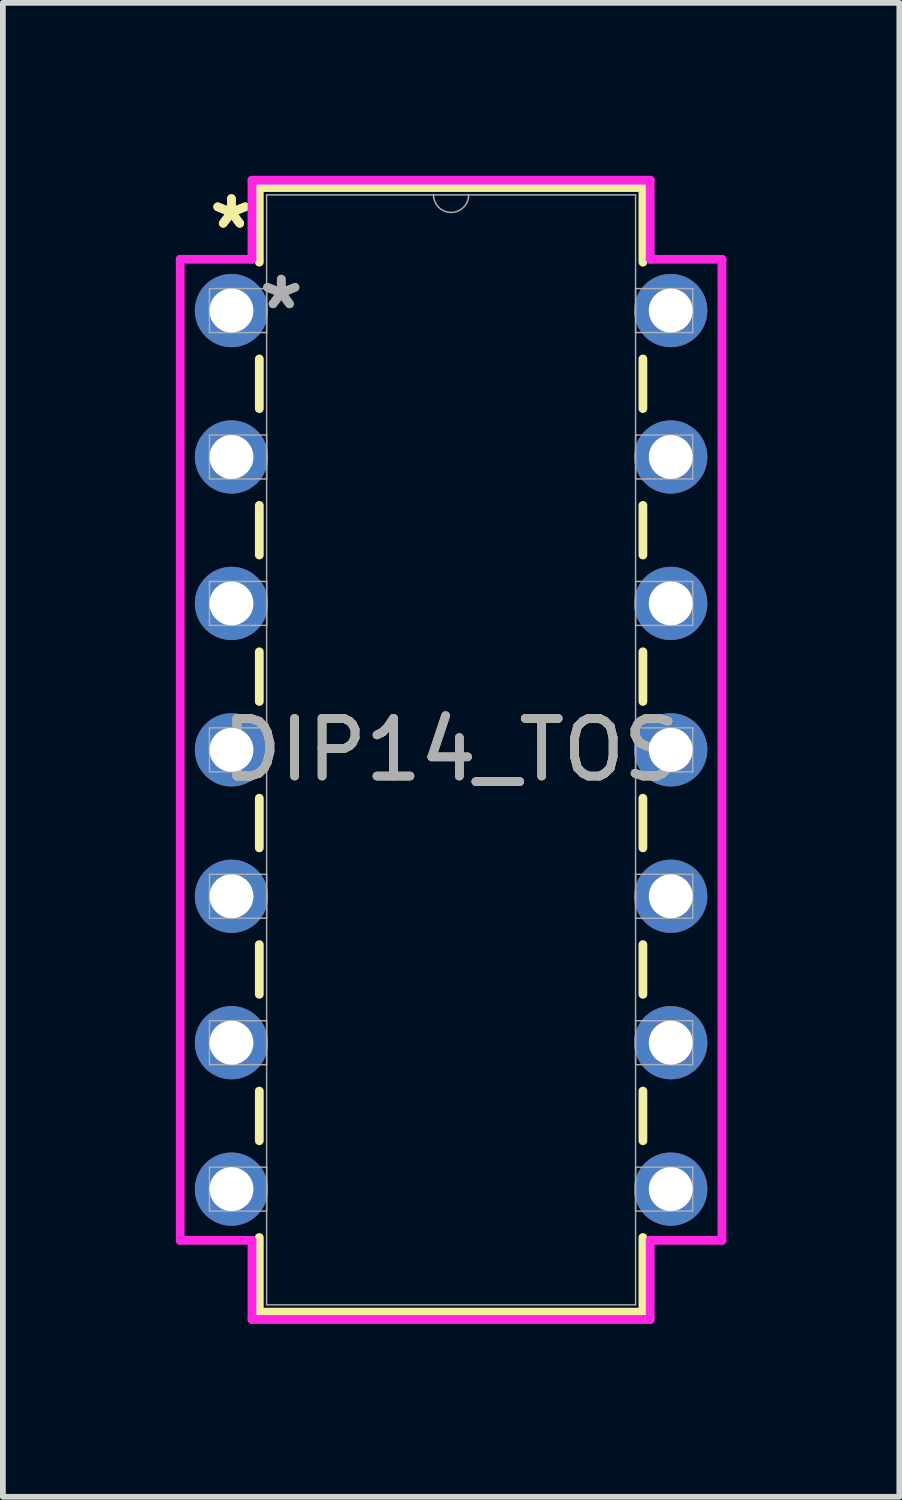
<source format=kicad_pcb>
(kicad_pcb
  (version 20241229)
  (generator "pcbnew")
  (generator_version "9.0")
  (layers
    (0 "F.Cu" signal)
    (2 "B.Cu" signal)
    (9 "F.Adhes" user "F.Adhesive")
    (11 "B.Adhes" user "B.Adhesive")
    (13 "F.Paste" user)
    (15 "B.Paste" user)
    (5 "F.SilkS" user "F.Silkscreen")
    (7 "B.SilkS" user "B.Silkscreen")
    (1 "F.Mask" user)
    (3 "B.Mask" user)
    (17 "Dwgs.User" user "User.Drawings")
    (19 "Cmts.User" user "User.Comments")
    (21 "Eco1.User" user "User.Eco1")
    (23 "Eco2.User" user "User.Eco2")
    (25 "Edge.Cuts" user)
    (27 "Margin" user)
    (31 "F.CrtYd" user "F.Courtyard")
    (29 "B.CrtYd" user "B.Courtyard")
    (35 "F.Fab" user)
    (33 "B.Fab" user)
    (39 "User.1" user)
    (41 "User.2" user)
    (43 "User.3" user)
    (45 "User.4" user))
  (footprint "DIP14_TOS"
    (layer "F.Cu")
    (at 0.965 2.337)
    (property "Reference" "DIP14_TOS" (at 3.81 7.62 0) (unlocked yes) (layer "F.SilkS") (effects (font (size 1 1) (thickness 0.15))))
    (attr through_hole)
    (fp_line (start 0.483 -2.134) (end 0.483 -0.839) (stroke (width 0.152) (type solid)) (layer "F.SilkS"))
    (fp_line (start 0.483 0.839) (end 0.483 1.701) (stroke (width 0.152) (type solid)) (layer "F.SilkS"))
    (fp_line (start 0.483 3.379) (end 0.483 4.241) (stroke (width 0.152) (type solid)) (layer "F.SilkS"))
    (fp_line (start 0.483 5.919) (end 0.483 6.781) (stroke (width 0.152) (type solid)) (layer "F.SilkS"))
    (fp_line (start 0.483 8.459) (end 0.483 9.321) (stroke (width 0.152) (type solid)) (layer "F.SilkS"))
    (fp_line (start 0.483 10.999) (end 0.483 11.861) (stroke (width 0.152) (type solid)) (layer "F.SilkS"))
    (fp_line (start 0.483 13.539) (end 0.483 14.401) (stroke (width 0.152) (type solid)) (layer "F.SilkS"))
    (fp_line (start 0.483 16.079) (end 0.483 17.374) (stroke (width 0.152) (type solid)) (layer "F.SilkS"))
    (fp_line (start 0.483 17.374) (end 7.137 17.374) (stroke (width 0.152) (type solid)) (layer "F.SilkS"))
    (fp_line (start 7.137 -2.134) (end 0.483 -2.134) (stroke (width 0.152) (type solid)) (layer "F.SilkS"))
    (fp_line (start 7.137 -0.839) (end 7.137 -2.134) (stroke (width 0.152) (type solid)) (layer "F.SilkS"))
    (fp_line (start 7.137 1.701) (end 7.137 0.839) (stroke (width 0.152) (type solid)) (layer "F.SilkS"))
    (fp_line (start 7.137 4.241) (end 7.137 3.379) (stroke (width 0.152) (type solid)) (layer "F.SilkS"))
    (fp_line (start 7.137 6.781) (end 7.137 5.919) (stroke (width 0.152) (type solid)) (layer "F.SilkS"))
    (fp_line (start 7.137 9.321) (end 7.137 8.459) (stroke (width 0.152) (type solid)) (layer "F.SilkS"))
    (fp_line (start 7.137 11.861) (end 7.137 10.999) (stroke (width 0.152) (type solid)) (layer "F.SilkS"))
    (fp_line (start 7.137 14.401) (end 7.137 13.539) (stroke (width 0.152) (type solid)) (layer "F.SilkS"))
    (fp_line (start 7.137 17.374) (end 7.137 16.079) (stroke (width 0.152) (type solid)) (layer "F.SilkS"))
    (fp_line (start -0.889 -0.889) (end 0.356 -0.889) (stroke (width 0.152) (type solid)) (layer "F.CrtYd"))
    (fp_line (start -0.889 16.129) (end -0.889 -0.889) (stroke (width 0.152) (type solid)) (layer "F.CrtYd"))
    (fp_line (start 0.356 -2.261) (end 7.264 -2.261) (stroke (width 0.152) (type solid)) (layer "F.CrtYd"))
    (fp_line (start 0.356 -0.889) (end 0.356 -2.261) (stroke (width 0.152) (type solid)) (layer "F.CrtYd"))
    (fp_line (start 0.356 16.129) (end -0.889 16.129) (stroke (width 0.152) (type solid)) (layer "F.CrtYd"))
    (fp_line (start 0.356 17.501) (end 0.356 16.129) (stroke (width 0.152) (type solid)) (layer "F.CrtYd"))
    (fp_line (start 7.264 -2.261) (end 7.264 -0.889) (stroke (width 0.152) (type solid)) (layer "F.CrtYd"))
    (fp_line (start 7.264 16.129) (end 7.264 17.501) (stroke (width 0.152) (type solid)) (layer "F.CrtYd"))
    (fp_line (start 7.264 17.501) (end 0.356 17.501) (stroke (width 0.152) (type solid)) (layer "F.CrtYd"))
    (fp_line (start 8.509 -0.889) (end 7.264 -0.889) (stroke (width 0.152) (type solid)) (layer "F.CrtYd"))
    (fp_line (start 8.509 -0.889) (end 8.509 16.129) (stroke (width 0.152) (type solid)) (layer "F.CrtYd"))
    (fp_line (start 8.509 16.129) (end 7.264 16.129) (stroke (width 0.152) (type solid)) (layer "F.CrtYd"))
    (fp_line (start -0.381 -0.381) (end -0.381 0.381) (stroke (width 0.025) (type solid)) (layer "F.Fab"))
    (fp_line (start -0.381 0.381) (end 0.61 0.381) (stroke (width 0.025) (type solid)) (layer "F.Fab"))
    (fp_line (start -0.381 2.159) (end -0.381 2.921) (stroke (width 0.025) (type solid)) (layer "F.Fab"))
    (fp_line (start -0.381 2.921) (end 0.61 2.921) (stroke (width 0.025) (type solid)) (layer "F.Fab"))
    (fp_line (start -0.381 4.699) (end -0.381 5.461) (stroke (width 0.025) (type solid)) (layer "F.Fab"))
    (fp_line (start -0.381 5.461) (end 0.61 5.461) (stroke (width 0.025) (type solid)) (layer "F.Fab"))
    (fp_line (start -0.381 7.239) (end -0.381 8.001) (stroke (width 0.025) (type solid)) (layer "F.Fab"))
    (fp_line (start -0.381 8.001) (end 0.61 8.001) (stroke (width 0.025) (type solid)) (layer "F.Fab"))
    (fp_line (start -0.381 9.779) (end -0.381 10.541) (stroke (width 0.025) (type solid)) (layer "F.Fab"))
    (fp_line (start -0.381 10.541) (end 0.61 10.541) (stroke (width 0.025) (type solid)) (layer "F.Fab"))
    (fp_line (start -0.381 12.319) (end -0.381 13.081) (stroke (width 0.025) (type solid)) (layer "F.Fab"))
    (fp_line (start -0.381 13.081) (end 0.61 13.081) (stroke (width 0.025) (type solid)) (layer "F.Fab"))
    (fp_line (start -0.381 14.859) (end -0.381 15.621) (stroke (width 0.025) (type solid)) (layer "F.Fab"))
    (fp_line (start -0.381 15.621) (end 0.61 15.621) (stroke (width 0.025) (type solid)) (layer "F.Fab"))
    (fp_line (start 0.61 -2.007) (end 0.61 17.247) (stroke (width 0.025) (type solid)) (layer "F.Fab"))
    (fp_line (start 0.61 -0.381) (end -0.381 -0.381) (stroke (width 0.025) (type solid)) (layer "F.Fab"))
    (fp_line (start 0.61 0.381) (end 0.61 -0.381) (stroke (width 0.025) (type solid)) (layer "F.Fab"))
    (fp_line (start 0.61 2.159) (end -0.381 2.159) (stroke (width 0.025) (type solid)) (layer "F.Fab"))
    (fp_line (start 0.61 2.921) (end 0.61 2.159) (stroke (width 0.025) (type solid)) (layer "F.Fab"))
    (fp_line (start 0.61 4.699) (end -0.381 4.699) (stroke (width 0.025) (type solid)) (layer "F.Fab"))
    (fp_line (start 0.61 5.461) (end 0.61 4.699) (stroke (width 0.025) (type solid)) (layer "F.Fab"))
    (fp_line (start 0.61 7.239) (end -0.381 7.239) (stroke (width 0.025) (type solid)) (layer "F.Fab"))
    (fp_line (start 0.61 8.001) (end 0.61 7.239) (stroke (width 0.025) (type solid)) (layer "F.Fab"))
    (fp_line (start 0.61 9.779) (end -0.381 9.779) (stroke (width 0.025) (type solid)) (layer "F.Fab"))
    (fp_line (start 0.61 10.541) (end 0.61 9.779) (stroke (width 0.025) (type solid)) (layer "F.Fab"))
    (fp_line (start 0.61 12.319) (end -0.381 12.319) (stroke (width 0.025) (type solid)) (layer "F.Fab"))
    (fp_line (start 0.61 13.081) (end 0.61 12.319) (stroke (width 0.025) (type solid)) (layer "F.Fab"))
    (fp_line (start 0.61 14.859) (end -0.381 14.859) (stroke (width 0.025) (type solid)) (layer "F.Fab"))
    (fp_line (start 0.61 15.621) (end 0.61 14.859) (stroke (width 0.025) (type solid)) (layer "F.Fab"))
    (fp_line (start 0.61 17.247) (end 7.01 17.247) (stroke (width 0.025) (type solid)) (layer "F.Fab"))
    (fp_line (start 7.01 -2.007) (end 0.61 -2.007) (stroke (width 0.025) (type solid)) (layer "F.Fab"))
    (fp_line (start 7.01 -0.381) (end 7.01 0.381) (stroke (width 0.025) (type solid)) (layer "F.Fab"))
    (fp_line (start 7.01 0.381) (end 8.001 0.381) (stroke (width 0.025) (type solid)) (layer "F.Fab"))
    (fp_line (start 7.01 2.159) (end 7.01 2.921) (stroke (width 0.025) (type solid)) (layer "F.Fab"))
    (fp_line (start 7.01 2.921) (end 8.001 2.921) (stroke (width 0.025) (type solid)) (layer "F.Fab"))
    (fp_line (start 7.01 4.699) (end 7.01 5.461) (stroke (width 0.025) (type solid)) (layer "F.Fab"))
    (fp_line (start 7.01 5.461) (end 8.001 5.461) (stroke (width 0.025) (type solid)) (layer "F.Fab"))
    (fp_line (start 7.01 7.239) (end 7.01 8.001) (stroke (width 0.025) (type solid)) (layer "F.Fab"))
    (fp_line (start 7.01 8.001) (end 8.001 8.001) (stroke (width 0.025) (type solid)) (layer "F.Fab"))
    (fp_line (start 7.01 9.779) (end 7.01 10.541) (stroke (width 0.025) (type solid)) (layer "F.Fab"))
    (fp_line (start 7.01 10.541) (end 8.001 10.541) (stroke (width 0.025) (type solid)) (layer "F.Fab"))
    (fp_line (start 7.01 12.319) (end 7.01 13.081) (stroke (width 0.025) (type solid)) (layer "F.Fab"))
    (fp_line (start 7.01 13.081) (end 8.001 13.081) (stroke (width 0.025) (type solid)) (layer "F.Fab"))
    (fp_line (start 7.01 14.859) (end 7.01 15.621) (stroke (width 0.025) (type solid)) (layer "F.Fab"))
    (fp_line (start 7.01 15.621) (end 8.001 15.621) (stroke (width 0.025) (type solid)) (layer "F.Fab"))
    (fp_line (start 7.01 17.247) (end 7.01 -2.007) (stroke (width 0.025) (type solid)) (layer "F.Fab"))
    (fp_line (start 8.001 -0.381) (end 7.01 -0.381) (stroke (width 0.025) (type solid)) (layer "F.Fab"))
    (fp_line (start 8.001 0.381) (end 8.001 -0.381) (stroke (width 0.025) (type solid)) (layer "F.Fab"))
    (fp_line (start 8.001 2.159) (end 7.01 2.159) (stroke (width 0.025) (type solid)) (layer "F.Fab"))
    (fp_line (start 8.001 2.921) (end 8.001 2.159) (stroke (width 0.025) (type solid)) (layer "F.Fab"))
    (fp_line (start 8.001 4.699) (end 7.01 4.699) (stroke (width 0.025) (type solid)) (layer "F.Fab"))
    (fp_line (start 8.001 5.461) (end 8.001 4.699) (stroke (width 0.025) (type solid)) (layer "F.Fab"))
    (fp_line (start 8.001 7.239) (end 7.01 7.239) (stroke (width 0.025) (type solid)) (layer "F.Fab"))
    (fp_line (start 8.001 8.001) (end 8.001 7.239) (stroke (width 0.025) (type solid)) (layer "F.Fab"))
    (fp_line (start 8.001 9.779) (end 7.01 9.779) (stroke (width 0.025) (type solid)) (layer "F.Fab"))
    (fp_line (start 8.001 10.541) (end 8.001 9.779) (stroke (width 0.025) (type solid)) (layer "F.Fab"))
    (fp_line (start 8.001 12.319) (end 7.01 12.319) (stroke (width 0.025) (type solid)) (layer "F.Fab"))
    (fp_line (start 8.001 13.081) (end 8.001 12.319) (stroke (width 0.025) (type solid)) (layer "F.Fab"))
    (fp_line (start 8.001 14.859) (end 7.01 14.859) (stroke (width 0.025) (type solid)) (layer "F.Fab"))
    (fp_line (start 8.001 15.621) (end 8.001 14.859) (stroke (width 0.025) (type solid)) (layer "F.Fab"))
    (fp_arc (start 4.1148 -2.0066) (mid 3.81 -1.7018) (end 3.5052 -2.0066) (stroke (width 0.0254) (type solid)) (layer "F.Fab"))
    (fp_text user "*" (at 0 -1.397 0) (unlocked yes) (layer "F.SilkS") (effects (font (size 1 1) (thickness 0.15))))
    (fp_text user "*" (at 0 -1.397 0) (layer "F.SilkS") (effects (font (size 1 1) (thickness 0.15))))
    (fp_text user "*" (at 0.864 0 0) (unlocked yes) (layer "F.Fab") (effects (font (size 1 1) (thickness 0.15))))
    (fp_text user "${REFERENCE}" (at 3.81 7.62 0) (unlocked yes) (layer "F.Fab") (effects (font (size 1 1) (thickness 0.15))))
    (fp_text user "*" (at 0.864 0 0) (layer "F.Fab") (effects (font (size 1 1) (thickness 0.15))))
    (pad "1" thru_hole circle (at 0 0) (size 1.27 1.27) (drill 0.762) (layers "*.Cu" "*.Mask"))
    (pad "2" thru_hole circle (at 0 2.54) (size 1.27 1.27) (drill 0.762) (layers "*.Cu" "*.Mask"))
    (pad "3" thru_hole circle (at 0 5.08) (size 1.27 1.27) (drill 0.762) (layers "*.Cu" "*.Mask"))
    (pad "4" thru_hole circle (at 0 7.62) (size 1.27 1.27) (drill 0.762) (layers "*.Cu" "*.Mask"))
    (pad "5" thru_hole circle (at 0 10.16) (size 1.27 1.27) (drill 0.762) (layers "*.Cu" "*.Mask"))
    (pad "6" thru_hole circle (at 0 12.7) (size 1.27 1.27) (drill 0.762) (layers "*.Cu" "*.Mask"))
    (pad "7" thru_hole circle (at 0 15.24) (size 1.27 1.27) (drill 0.762) (layers "*.Cu" "*.Mask"))
    (pad "8" thru_hole circle (at 7.62 15.24) (size 1.27 1.27) (drill 0.762) (layers "*.Cu" "*.Mask"))
    (pad "9" thru_hole circle (at 7.62 12.7) (size 1.27 1.27) (drill 0.762) (layers "*.Cu" "*.Mask"))
    (pad "10" thru_hole circle (at 7.62 10.16) (size 1.27 1.27) (drill 0.762) (layers "*.Cu" "*.Mask"))
    (pad "11" thru_hole circle (at 7.62 7.62) (size 1.27 1.27) (drill 0.762) (layers "*.Cu" "*.Mask"))
    (pad "12" thru_hole circle (at 7.62 5.08) (size 1.27 1.27) (drill 0.762) (layers "*.Cu" "*.Mask"))
    (pad "13" thru_hole circle (at 7.62 2.54) (size 1.27 1.27) (drill 0.762) (layers "*.Cu" "*.Mask"))
    (pad "14" thru_hole circle (at 7.62 0) (size 1.27 1.27) (drill 0.762) (layers "*.Cu" "*.Mask")))
  (gr_rect
    (start -3 -3)
    (end 12.55 22.914)
    (stroke (width 0.1) (type default))
    (fill no)
    (layer "Edge.Cuts")))
</source>
